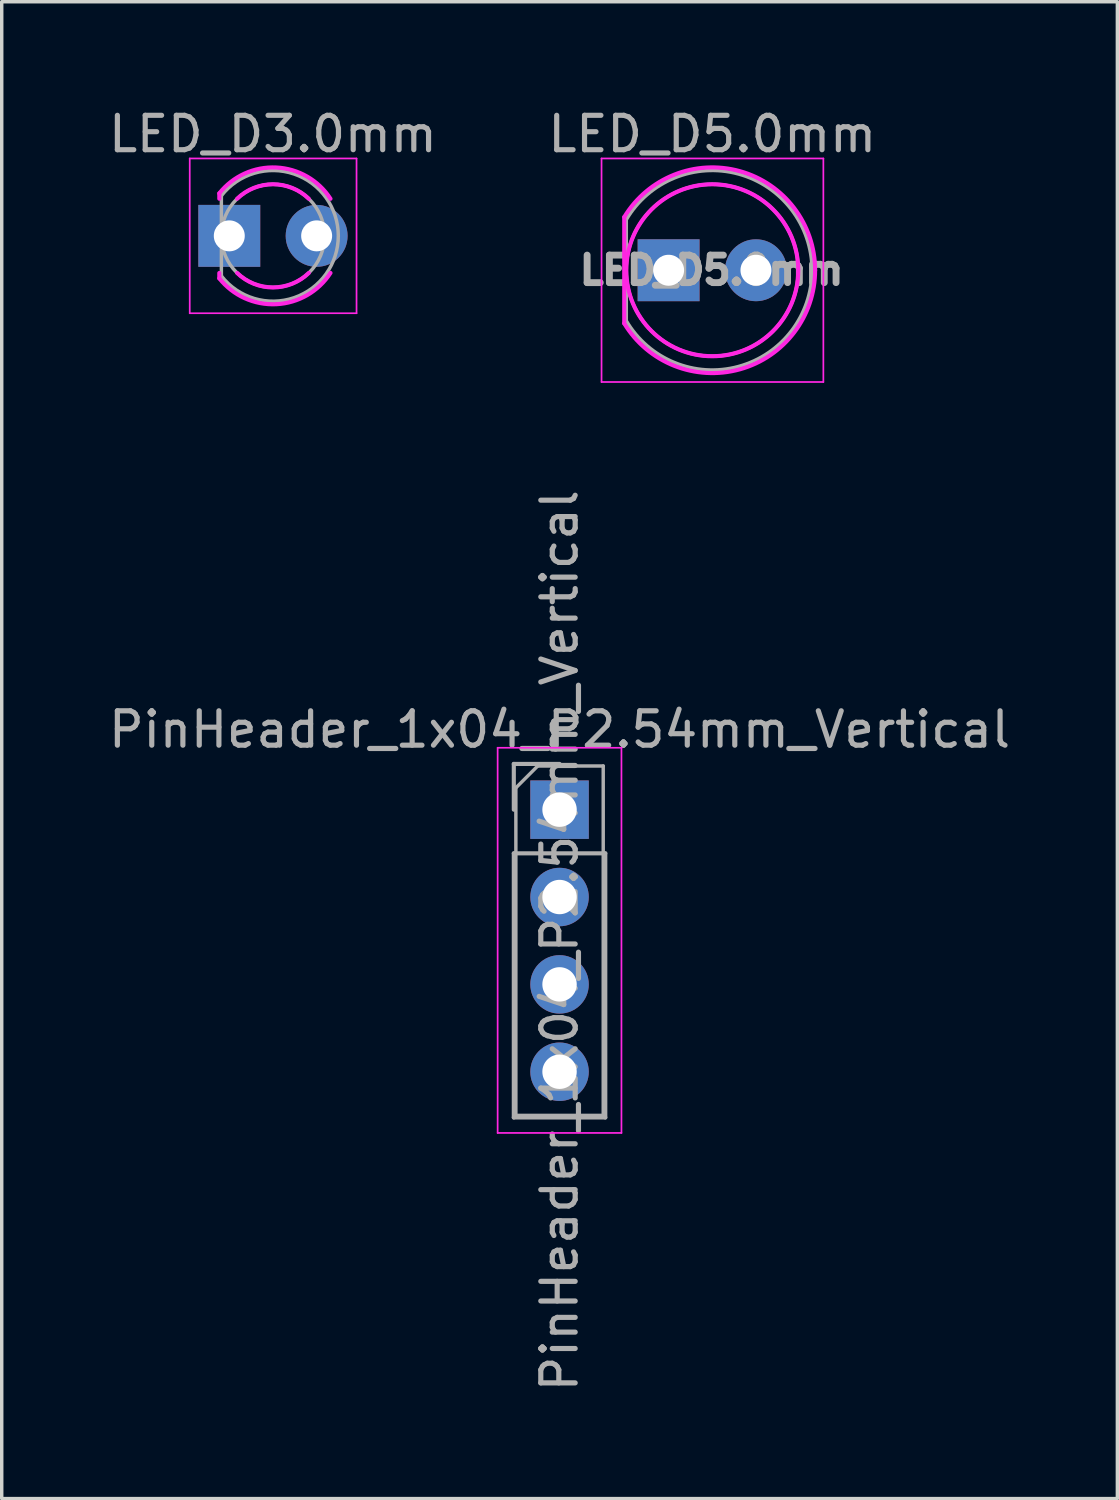
<source format=kicad_pcb>
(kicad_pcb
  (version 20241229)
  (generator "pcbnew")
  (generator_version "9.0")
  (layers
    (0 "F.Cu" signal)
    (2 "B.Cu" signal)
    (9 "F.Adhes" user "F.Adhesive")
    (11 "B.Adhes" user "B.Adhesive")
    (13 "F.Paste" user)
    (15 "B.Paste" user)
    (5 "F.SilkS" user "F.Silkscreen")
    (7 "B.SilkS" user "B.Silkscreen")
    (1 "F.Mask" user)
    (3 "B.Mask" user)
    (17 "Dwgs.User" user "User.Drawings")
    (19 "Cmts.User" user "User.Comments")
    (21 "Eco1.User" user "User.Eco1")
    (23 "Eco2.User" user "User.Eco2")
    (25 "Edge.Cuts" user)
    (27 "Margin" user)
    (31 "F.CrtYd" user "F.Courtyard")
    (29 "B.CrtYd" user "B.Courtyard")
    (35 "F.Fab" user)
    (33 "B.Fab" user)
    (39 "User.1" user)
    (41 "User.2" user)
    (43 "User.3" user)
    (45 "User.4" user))
  (footprint "LED_D3.0mm"
    (layer "F.Cu")
    (at 3.617 3.808)
    (property "Reference" "LED_D3.0mm" (at 1.27 -2.96 0) (layer "F.Fab") (effects (font (size 1 1) (thickness 0.15))))
    (attr through_hole)
    (fp_line (start -1.15 -2.25) (end -1.15 2.25) (stroke (width 0.05) (type solid)) (layer "F.CrtYd"))
    (fp_line (start -1.15 2.25) (end 3.7 2.25) (stroke (width 0.05) (type solid)) (layer "F.CrtYd"))
    (fp_line (start -0.29 -1.236) (end -0.29 -1.08) (stroke (width 0.12) (type solid)) (layer "F.CrtYd"))
    (fp_line (start -0.29 1.08) (end -0.29 1.236) (stroke (width 0.12) (type solid)) (layer "F.CrtYd"))
    (fp_line (start 3.7 -2.25) (end -1.15 -2.25) (stroke (width 0.05) (type solid)) (layer "F.CrtYd"))
    (fp_line (start 3.7 2.25) (end 3.7 -2.25) (stroke (width 0.05) (type solid)) (layer "F.CrtYd"))
    (fp_arc (start -0.29 -1.235516) (mid 1.366487 -1.987659) (end 2.942335 -1.078608) (stroke (width 0.12) (type solid)) (layer "F.CrtYd"))
    (fp_arc (start 0.229039 -1.08) (mid 1.270117 -1.5) (end 2.31113 -1.079837) (stroke (width 0.12) (type solid)) (layer "F.CrtYd"))
    (fp_arc (start 2.31113 1.079837) (mid 1.270117 1.5) (end 0.229039 1.08) (stroke (width 0.12) (type solid)) (layer "F.CrtYd"))
    (fp_arc (start 2.942335 1.078608) (mid 1.366487 1.987659) (end -0.29 1.235516) (stroke (width 0.12) (type solid)) (layer "F.CrtYd"))
    (fp_line (start -0.23 -1.166) (end -0.23 1.166) (stroke (width 0.1) (type solid)) (layer "F.Fab"))
    (fp_arc (start -0.23 -1.16619) (mid 3.17 0.000452) (end -0.230555 1.165476) (stroke (width 0.1) (type solid)) (layer "F.Fab"))
    (fp_circle (center 1.27 0) (end 2.77 0) (stroke (width 0.1) (type solid)) (fill no) (layer "F.Fab"))
    (pad "1" thru_hole rect (at 0 0) (size 1.8 1.8) (drill 0.9) (layers "*.Cu" "*.Mask"))
    (pad "2" thru_hole circle (at 2.54 0) (size 1.8 1.8) (drill 0.9) (layers "*.Cu" "*.Mask")))
  (footprint "LED_D5.0mm"
    (layer "F.Cu")
    (at 16.391 4.808)
    (property "Reference" "LED_D5.0mm" (at 1.27 -3.96 0) (layer "F.Fab") (effects (font (size 1 1) (thickness 0.15))))
    (attr through_hole)
    (fp_line (start -1.95 -3.25) (end -1.95 3.25) (stroke (width 0.05) (type solid)) (layer "F.CrtYd"))
    (fp_line (start -1.95 3.25) (end 4.5 3.25) (stroke (width 0.05) (type solid)) (layer "F.CrtYd"))
    (fp_line (start -1.29 -1.545) (end -1.29 1.545) (stroke (width 0.12) (type solid)) (layer "F.CrtYd"))
    (fp_line (start 4.5 -3.25) (end -1.95 -3.25) (stroke (width 0.05) (type solid)) (layer "F.CrtYd"))
    (fp_line (start 4.5 3.25) (end 4.5 -3.25) (stroke (width 0.05) (type solid)) (layer "F.CrtYd"))
    (fp_arc (start -1.29 -1.54483) (mid 2.072002 -2.880433) (end 4.26 0.000462) (stroke (width 0.12) (type solid)) (layer "F.CrtYd"))
    (fp_arc (start 4.26 -0.000462) (mid 2.072002 2.880433) (end -1.29 1.54483) (stroke (width 0.12) (type solid)) (layer "F.CrtYd"))
    (fp_circle (center 1.27 0) (end 3.77 0) (stroke (width 0.12) (type solid)) (fill no) (layer "F.CrtYd"))
    (fp_line (start -1.23 -1.47) (end -1.23 1.47) (stroke (width 0.1) (type solid)) (layer "F.Fab"))
    (fp_arc (start -1.23 -1.469694) (mid 4.17 0.000016) (end -1.230016 1.469666) (stroke (width 0.1) (type solid)) (layer "F.Fab"))
    (fp_circle (center 1.27 0) (end 3.77 0) (stroke (width 0.1) (type solid)) (fill no) (layer "F.Fab"))
    (fp_text user "${REFERENCE}" (at 1.25 0 0) (layer "F.Fab") (effects (font (size 0.8 0.8) (thickness 0.2))))
    (pad "1" thru_hole rect (at 0 0) (size 1.8 1.8) (drill 0.9) (layers "*.Cu" "*.Mask"))
    (pad "2" thru_hole circle (at 2.54 0) (size 1.8 1.8) (drill 0.9) (layers "*.Cu" "*.Mask")))
  (footprint "PinHeader_1x04_P2.54mm_Vertical"
    (layer "F.Cu")
    (at 13.22 20.493)
    (property "Reference" "PinHeader_1x04_P2.54mm_Vertical" (at 0 -2.33 0) (layer "F.Fab") (effects (font (size 1 1) (thickness 0.15))))
    (attr through_hole)
    (fp_line (start -1.8 -1.8) (end -1.8 9.4) (stroke (width 0.05) (type solid)) (layer "F.CrtYd"))
    (fp_line (start -1.8 9.4) (end 1.8 9.4) (stroke (width 0.05) (type solid)) (layer "F.CrtYd"))
    (fp_line (start 1.8 -1.8) (end -1.8 -1.8) (stroke (width 0.05) (type solid)) (layer "F.CrtYd"))
    (fp_line (start 1.8 9.4) (end 1.8 -1.8) (stroke (width 0.05) (type solid)) (layer "F.CrtYd"))
    (fp_line (start -1.33 -1.33) (end 0 -1.33) (stroke (width 0.12) (type solid)) (layer "F.Fab"))
    (fp_line (start -1.33 0) (end -1.33 -1.33) (stroke (width 0.12) (type solid)) (layer "F.Fab"))
    (fp_line (start -1.33 1.27) (end -1.33 8.95) (stroke (width 0.12) (type solid)) (layer "F.Fab"))
    (fp_line (start -1.33 1.27) (end 1.33 1.27) (stroke (width 0.12) (type solid)) (layer "F.Fab"))
    (fp_line (start -1.33 8.95) (end 1.33 8.95) (stroke (width 0.12) (type solid)) (layer "F.Fab"))
    (fp_line (start -1.27 -0.635) (end -0.635 -1.27) (stroke (width 0.1) (type solid)) (layer "F.Fab"))
    (fp_line (start -1.27 8.89) (end -1.27 -0.635) (stroke (width 0.1) (type solid)) (layer "F.Fab"))
    (fp_line (start -0.635 -1.27) (end 1.27 -1.27) (stroke (width 0.1) (type solid)) (layer "F.Fab"))
    (fp_line (start 1.27 -1.27) (end 1.27 8.89) (stroke (width 0.1) (type solid)) (layer "F.Fab"))
    (fp_line (start 1.27 8.89) (end -1.27 8.89) (stroke (width 0.1) (type solid)) (layer "F.Fab"))
    (fp_line (start 1.33 1.27) (end 1.33 8.95) (stroke (width 0.12) (type solid)) (layer "F.Fab"))
    (fp_text user "${REFERENCE}" (at 0 3.81 90) (layer "F.Fab") (effects (font (size 1 1) (thickness 0.15))))
    (pad "1" thru_hole rect (at 0 0) (size 1.7 1.7) (drill 1) (layers "*.Cu" "*.Mask"))
    (pad "2" thru_hole oval (at 0 2.54) (size 1.7 1.7) (drill 1) (layers "*.Cu" "*.Mask"))
    (pad "3" thru_hole oval (at 0 5.08) (size 1.7 1.7) (drill 1) (layers "*.Cu" "*.Mask"))
    (pad "4" thru_hole oval (at 0 7.62) (size 1.7 1.7) (drill 1) (layers "*.Cu" "*.Mask")))
  (gr_rect
    (start -3 -3)
    (end 29.44 40.524)
    (stroke (width 0.1) (type default))
    (fill no)
    (layer "Edge.Cuts")))
</source>
